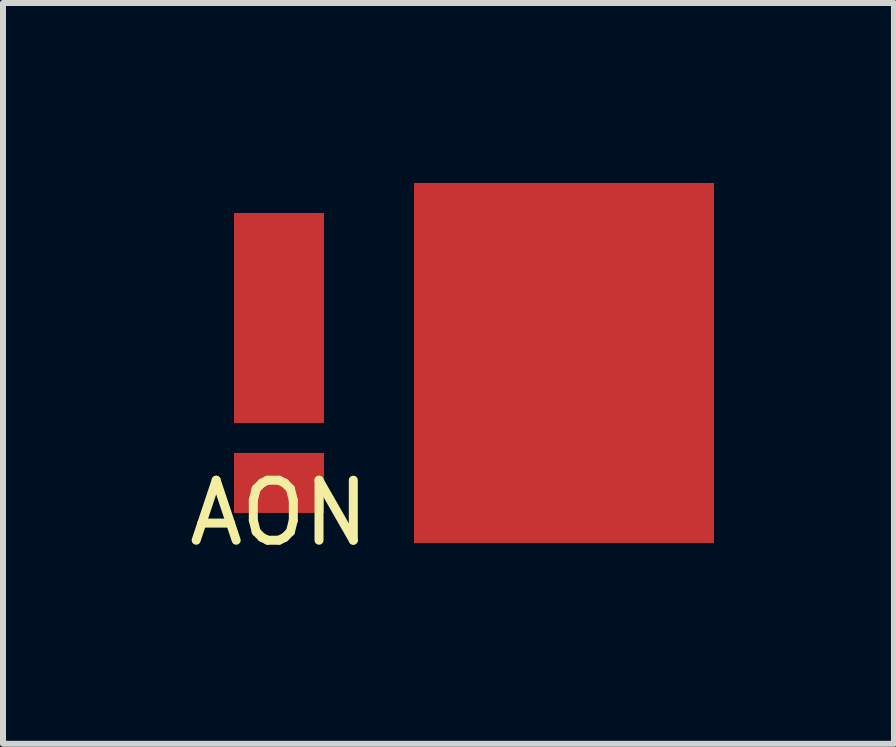
<source format=kicad_pcb>
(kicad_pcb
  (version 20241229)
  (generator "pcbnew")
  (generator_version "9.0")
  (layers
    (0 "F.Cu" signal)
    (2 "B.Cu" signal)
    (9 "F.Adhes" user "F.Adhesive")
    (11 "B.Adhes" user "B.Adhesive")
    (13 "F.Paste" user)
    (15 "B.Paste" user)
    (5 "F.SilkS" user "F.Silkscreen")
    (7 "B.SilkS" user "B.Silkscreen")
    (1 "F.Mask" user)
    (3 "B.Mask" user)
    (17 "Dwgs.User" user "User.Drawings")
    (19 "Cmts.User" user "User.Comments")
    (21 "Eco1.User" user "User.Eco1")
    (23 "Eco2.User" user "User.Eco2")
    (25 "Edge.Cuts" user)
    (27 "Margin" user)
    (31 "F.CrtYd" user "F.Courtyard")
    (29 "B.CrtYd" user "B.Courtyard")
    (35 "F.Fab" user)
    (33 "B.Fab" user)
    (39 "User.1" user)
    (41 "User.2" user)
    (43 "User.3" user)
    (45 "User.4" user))
  (footprint "AON"
    (layer "F.Cu")
    (at 1.601 5)
    (property "Reference" "AON" (at 0 0.5 0) (layer "F.SilkS") (effects (font (size 1 1) (thickness 0.15))))
    (attr through_hole)
    (pad "1" smd rect (at 0 0) (size 1.5 1) (layers "F.Cu" "F.Mask" "F.Paste"))
    (pad "2" smd rect (at 0 -2.75) (size 1.5 3.5) (layers "F.Cu" "F.Mask" "F.Paste"))
    (pad "3" smd rect (at 4.75 -2) (size 5 6) (layers "F.Cu" "F.Mask" "F.Paste")))
  (gr_rect
    (start -3 -3)
    (end 11.851 9.348)
    (stroke (width 0.1) (type default))
    (fill no)
    (layer "Edge.Cuts")))
</source>
